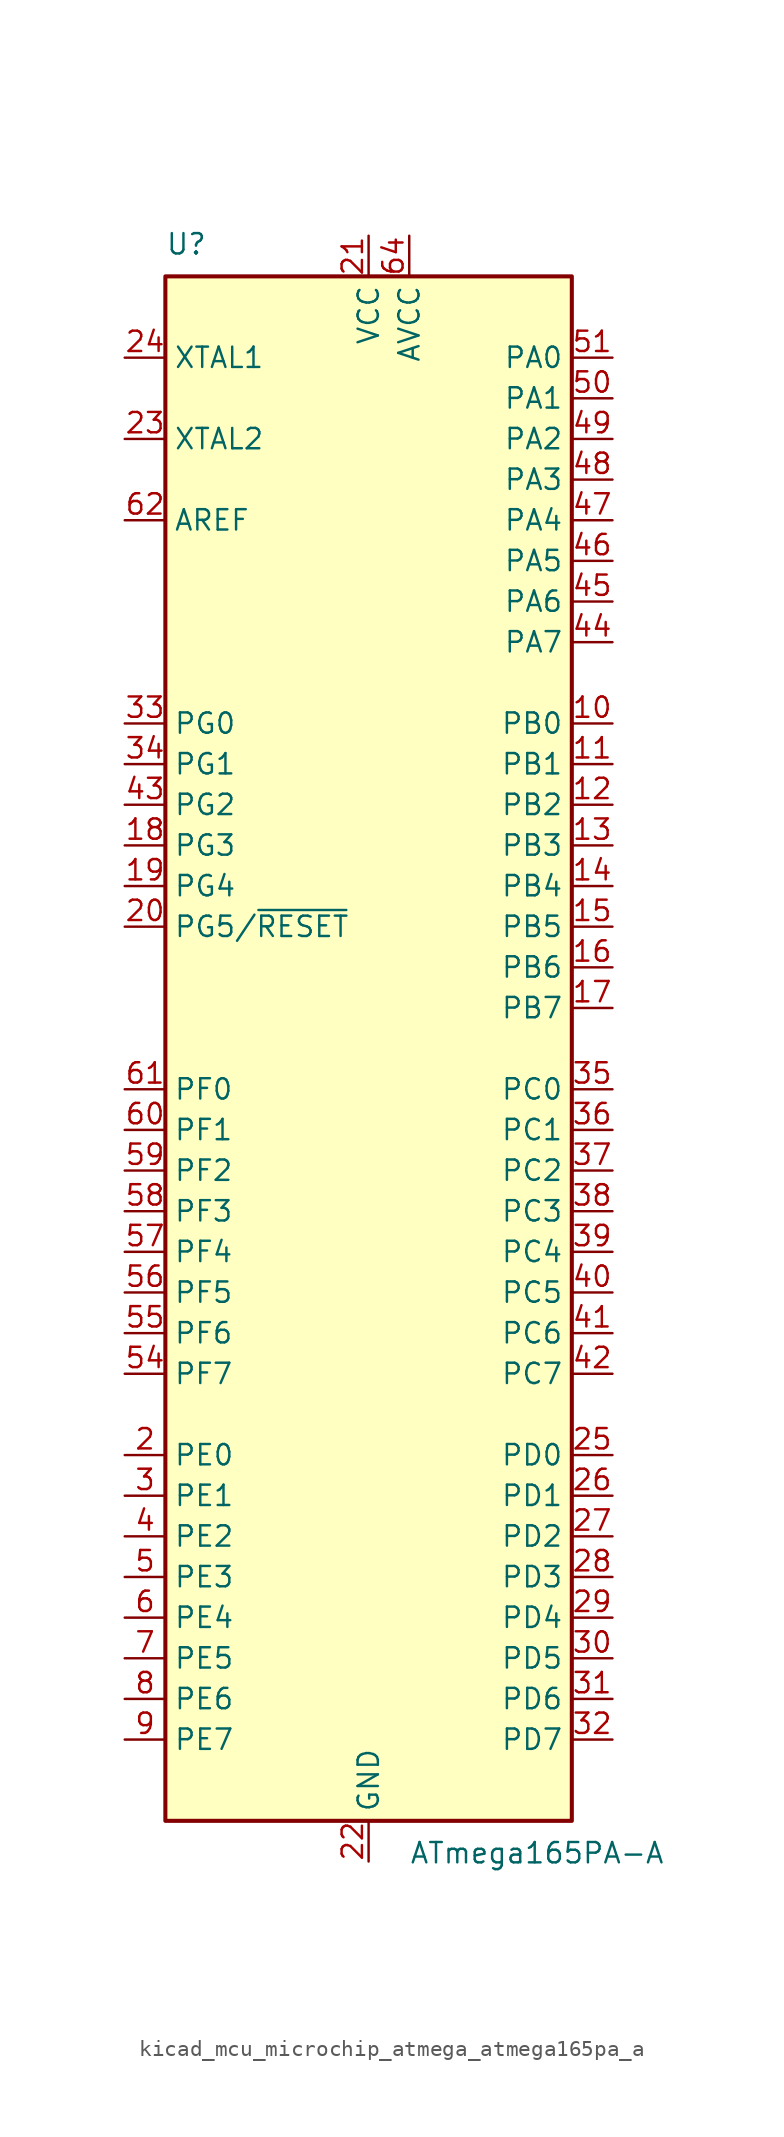
<source format=kicad_sym>
(kicad_symbol_lib
  (version 20220914)
  (generator kicad_symbol_editor)
  (symbol "kicad_mcu_microchip_atmega_atmega165pa_a"
    (property "Reference" "U"
      (at -12.7 49.53 0)
      (effects (font (size 1.27 1.27)) (justify left bottom)))
    (property "Value" "ATmega165PA-A"
      (at 2.54 -49.53 0)
      (effects (font (size 1.27 1.27)) (justify left top)))
    (symbol "kicad_mcu_microchip_atmega_atmega165pa_a_0_1"
      (rectangle (start -12.7 -48.26) (end 12.7 48.26) (stroke (width 0.254) (type default)) (fill (type background))))
    (symbol "kicad_mcu_microchip_atmega_atmega165pa_a_1_1"
      (pin no_connect line (at -12.7 -45.72 0) (length 2.54) hide (name "NC" (effects (font (size 1.27 1.27)))) (number "1" (effects (font (size 1.27 1.27)))))
      (pin bidirectional line (at 15.24 20.32 180) (length 2.54) (name "PB0" (effects (font (size 1.27 1.27)))) (number "10" (effects (font (size 1.27 1.27)))))
      (pin bidirectional line (at 15.24 17.78 180) (length 2.54) (name "PB1" (effects (font (size 1.27 1.27)))) (number "11" (effects (font (size 1.27 1.27)))))
      (pin bidirectional line (at 15.24 15.24 180) (length 2.54) (name "PB2" (effects (font (size 1.27 1.27)))) (number "12" (effects (font (size 1.27 1.27)))))
      (pin bidirectional line (at 15.24 12.7 180) (length 2.54) (name "PB3" (effects (font (size 1.27 1.27)))) (number "13" (effects (font (size 1.27 1.27)))))
      (pin bidirectional line (at 15.24 10.16 180) (length 2.54) (name "PB4" (effects (font (size 1.27 1.27)))) (number "14" (effects (font (size 1.27 1.27)))))
      (pin bidirectional line (at 15.24 7.62 180) (length 2.54) (name "PB5" (effects (font (size 1.27 1.27)))) (number "15" (effects (font (size 1.27 1.27)))))
      (pin bidirectional line (at 15.24 5.08 180) (length 2.54) (name "PB6" (effects (font (size 1.27 1.27)))) (number "16" (effects (font (size 1.27 1.27)))))
      (pin bidirectional line (at 15.24 2.54 180) (length 2.54) (name "PB7" (effects (font (size 1.27 1.27)))) (number "17" (effects (font (size 1.27 1.27)))))
      (pin bidirectional line (at -15.24 12.7 0) (length 2.54) (name "PG3" (effects (font (size 1.27 1.27)))) (number "18" (effects (font (size 1.27 1.27)))))
      (pin bidirectional line (at -15.24 10.16 0) (length 2.54) (name "PG4" (effects (font (size 1.27 1.27)))) (number "19" (effects (font (size 1.27 1.27)))))
      (pin bidirectional line (at -15.24 -25.4 0) (length 2.54) (name "PE0" (effects (font (size 1.27 1.27)))) (number "2" (effects (font (size 1.27 1.27)))))
      (pin bidirectional line (at -15.24 7.62 0) (length 2.54) (name "PG5/~{RESET}" (effects (font (size 1.27 1.27)))) (number "20" (effects (font (size 1.27 1.27)))))
      (pin power_in line (at 0 50.8 270) (length 2.54) (name "VCC" (effects (font (size 1.27 1.27)))) (number "21" (effects (font (size 1.27 1.27)))))
      (pin power_in line (at 0 -50.8 90) (length 2.54) (name "GND" (effects (font (size 1.27 1.27)))) (number "22" (effects (font (size 1.27 1.27)))))
      (pin output line (at -15.24 38.1 0) (length 2.54) (name "XTAL2" (effects (font (size 1.27 1.27)))) (number "23" (effects (font (size 1.27 1.27)))))
      (pin input line (at -15.24 43.18 0) (length 2.54) (name "XTAL1" (effects (font (size 1.27 1.27)))) (number "24" (effects (font (size 1.27 1.27)))))
      (pin bidirectional line (at 15.24 -25.4 180) (length 2.54) (name "PD0" (effects (font (size 1.27 1.27)))) (number "25" (effects (font (size 1.27 1.27)))))
      (pin bidirectional line (at 15.24 -27.94 180) (length 2.54) (name "PD1" (effects (font (size 1.27 1.27)))) (number "26" (effects (font (size 1.27 1.27)))))
      (pin bidirectional line (at 15.24 -30.48 180) (length 2.54) (name "PD2" (effects (font (size 1.27 1.27)))) (number "27" (effects (font (size 1.27 1.27)))))
      (pin bidirectional line (at 15.24 -33.02 180) (length 2.54) (name "PD3" (effects (font (size 1.27 1.27)))) (number "28" (effects (font (size 1.27 1.27)))))
      (pin bidirectional line (at 15.24 -35.56 180) (length 2.54) (name "PD4" (effects (font (size 1.27 1.27)))) (number "29" (effects (font (size 1.27 1.27)))))
      (pin bidirectional line (at -15.24 -27.94 0) (length 2.54) (name "PE1" (effects (font (size 1.27 1.27)))) (number "3" (effects (font (size 1.27 1.27)))))
      (pin bidirectional line (at 15.24 -38.1 180) (length 2.54) (name "PD5" (effects (font (size 1.27 1.27)))) (number "30" (effects (font (size 1.27 1.27)))))
      (pin bidirectional line (at 15.24 -40.64 180) (length 2.54) (name "PD6" (effects (font (size 1.27 1.27)))) (number "31" (effects (font (size 1.27 1.27)))))
      (pin bidirectional line (at 15.24 -43.18 180) (length 2.54) (name "PD7" (effects (font (size 1.27 1.27)))) (number "32" (effects (font (size 1.27 1.27)))))
      (pin bidirectional line (at -15.24 20.32 0) (length 2.54) (name "PG0" (effects (font (size 1.27 1.27)))) (number "33" (effects (font (size 1.27 1.27)))))
      (pin bidirectional line (at -15.24 17.78 0) (length 2.54) (name "PG1" (effects (font (size 1.27 1.27)))) (number "34" (effects (font (size 1.27 1.27)))))
      (pin bidirectional line (at 15.24 -2.54 180) (length 2.54) (name "PC0" (effects (font (size 1.27 1.27)))) (number "35" (effects (font (size 1.27 1.27)))))
      (pin bidirectional line (at 15.24 -5.08 180) (length 2.54) (name "PC1" (effects (font (size 1.27 1.27)))) (number "36" (effects (font (size 1.27 1.27)))))
      (pin bidirectional line (at 15.24 -7.62 180) (length 2.54) (name "PC2" (effects (font (size 1.27 1.27)))) (number "37" (effects (font (size 1.27 1.27)))))
      (pin bidirectional line (at 15.24 -10.16 180) (length 2.54) (name "PC3" (effects (font (size 1.27 1.27)))) (number "38" (effects (font (size 1.27 1.27)))))
      (pin bidirectional line (at 15.24 -12.7 180) (length 2.54) (name "PC4" (effects (font (size 1.27 1.27)))) (number "39" (effects (font (size 1.27 1.27)))))
      (pin bidirectional line (at -15.24 -30.48 0) (length 2.54) (name "PE2" (effects (font (size 1.27 1.27)))) (number "4" (effects (font (size 1.27 1.27)))))
      (pin bidirectional line (at 15.24 -15.24 180) (length 2.54) (name "PC5" (effects (font (size 1.27 1.27)))) (number "40" (effects (font (size 1.27 1.27)))))
      (pin bidirectional line (at 15.24 -17.78 180) (length 2.54) (name "PC6" (effects (font (size 1.27 1.27)))) (number "41" (effects (font (size 1.27 1.27)))))
      (pin bidirectional line (at 15.24 -20.32 180) (length 2.54) (name "PC7" (effects (font (size 1.27 1.27)))) (number "42" (effects (font (size 1.27 1.27)))))
      (pin bidirectional line (at -15.24 15.24 0) (length 2.54) (name "PG2" (effects (font (size 1.27 1.27)))) (number "43" (effects (font (size 1.27 1.27)))))
      (pin bidirectional line (at 15.24 25.4 180) (length 2.54) (name "PA7" (effects (font (size 1.27 1.27)))) (number "44" (effects (font (size 1.27 1.27)))))
      (pin bidirectional line (at 15.24 27.94 180) (length 2.54) (name "PA6" (effects (font (size 1.27 1.27)))) (number "45" (effects (font (size 1.27 1.27)))))
      (pin bidirectional line (at 15.24 30.48 180) (length 2.54) (name "PA5" (effects (font (size 1.27 1.27)))) (number "46" (effects (font (size 1.27 1.27)))))
      (pin bidirectional line (at 15.24 33.02 180) (length 2.54) (name "PA4" (effects (font (size 1.27 1.27)))) (number "47" (effects (font (size 1.27 1.27)))))
      (pin bidirectional line (at 15.24 35.56 180) (length 2.54) (name "PA3" (effects (font (size 1.27 1.27)))) (number "48" (effects (font (size 1.27 1.27)))))
      (pin bidirectional line (at 15.24 38.1 180) (length 2.54) (name "PA2" (effects (font (size 1.27 1.27)))) (number "49" (effects (font (size 1.27 1.27)))))
      (pin bidirectional line (at -15.24 -33.02 0) (length 2.54) (name "PE3" (effects (font (size 1.27 1.27)))) (number "5" (effects (font (size 1.27 1.27)))))
      (pin bidirectional line (at 15.24 40.64 180) (length 2.54) (name "PA1" (effects (font (size 1.27 1.27)))) (number "50" (effects (font (size 1.27 1.27)))))
      (pin bidirectional line (at 15.24 43.18 180) (length 2.54) (name "PA0" (effects (font (size 1.27 1.27)))) (number "51" (effects (font (size 1.27 1.27)))))
      (pin passive line (at 0 50.8 270) (length 2.54) hide (name "VCC" (effects (font (size 1.27 1.27)))) (number "52" (effects (font (size 1.27 1.27)))))
      (pin passive line (at 0 -50.8 90) (length 2.54) hide (name "GND" (effects (font (size 1.27 1.27)))) (number "53" (effects (font (size 1.27 1.27)))))
      (pin bidirectional line (at -15.24 -20.32 0) (length 2.54) (name "PF7" (effects (font (size 1.27 1.27)))) (number "54" (effects (font (size 1.27 1.27)))))
      (pin bidirectional line (at -15.24 -17.78 0) (length 2.54) (name "PF6" (effects (font (size 1.27 1.27)))) (number "55" (effects (font (size 1.27 1.27)))))
      (pin bidirectional line (at -15.24 -15.24 0) (length 2.54) (name "PF5" (effects (font (size 1.27 1.27)))) (number "56" (effects (font (size 1.27 1.27)))))
      (pin bidirectional line (at -15.24 -12.7 0) (length 2.54) (name "PF4" (effects (font (size 1.27 1.27)))) (number "57" (effects (font (size 1.27 1.27)))))
      (pin bidirectional line (at -15.24 -10.16 0) (length 2.54) (name "PF3" (effects (font (size 1.27 1.27)))) (number "58" (effects (font (size 1.27 1.27)))))
      (pin bidirectional line (at -15.24 -7.62 0) (length 2.54) (name "PF2" (effects (font (size 1.27 1.27)))) (number "59" (effects (font (size 1.27 1.27)))))
      (pin bidirectional line (at -15.24 -35.56 0) (length 2.54) (name "PE4" (effects (font (size 1.27 1.27)))) (number "6" (effects (font (size 1.27 1.27)))))
      (pin bidirectional line (at -15.24 -5.08 0) (length 2.54) (name "PF1" (effects (font (size 1.27 1.27)))) (number "60" (effects (font (size 1.27 1.27)))))
      (pin bidirectional line (at -15.24 -2.54 0) (length 2.54) (name "PF0" (effects (font (size 1.27 1.27)))) (number "61" (effects (font (size 1.27 1.27)))))
      (pin passive line (at -15.24 33.02 0) (length 2.54) (name "AREF" (effects (font (size 1.27 1.27)))) (number "62" (effects (font (size 1.27 1.27)))))
      (pin passive line (at 0 -50.8 90) (length 2.54) hide (name "GND" (effects (font (size 1.27 1.27)))) (number "63" (effects (font (size 1.27 1.27)))))
      (pin power_in line (at 2.54 50.8 270) (length 2.54) (name "AVCC" (effects (font (size 1.27 1.27)))) (number "64" (effects (font (size 1.27 1.27)))))
      (pin bidirectional line (at -15.24 -38.1 0) (length 2.54) (name "PE5" (effects (font (size 1.27 1.27)))) (number "7" (effects (font (size 1.27 1.27)))))
      (pin bidirectional line (at -15.24 -40.64 0) (length 2.54) (name "PE6" (effects (font (size 1.27 1.27)))) (number "8" (effects (font (size 1.27 1.27)))))
      (pin bidirectional line (at -15.24 -43.18 0) (length 2.54) (name "PE7" (effects (font (size 1.27 1.27)))) (number "9" (effects (font (size 1.27 1.27))))))))
</source>
